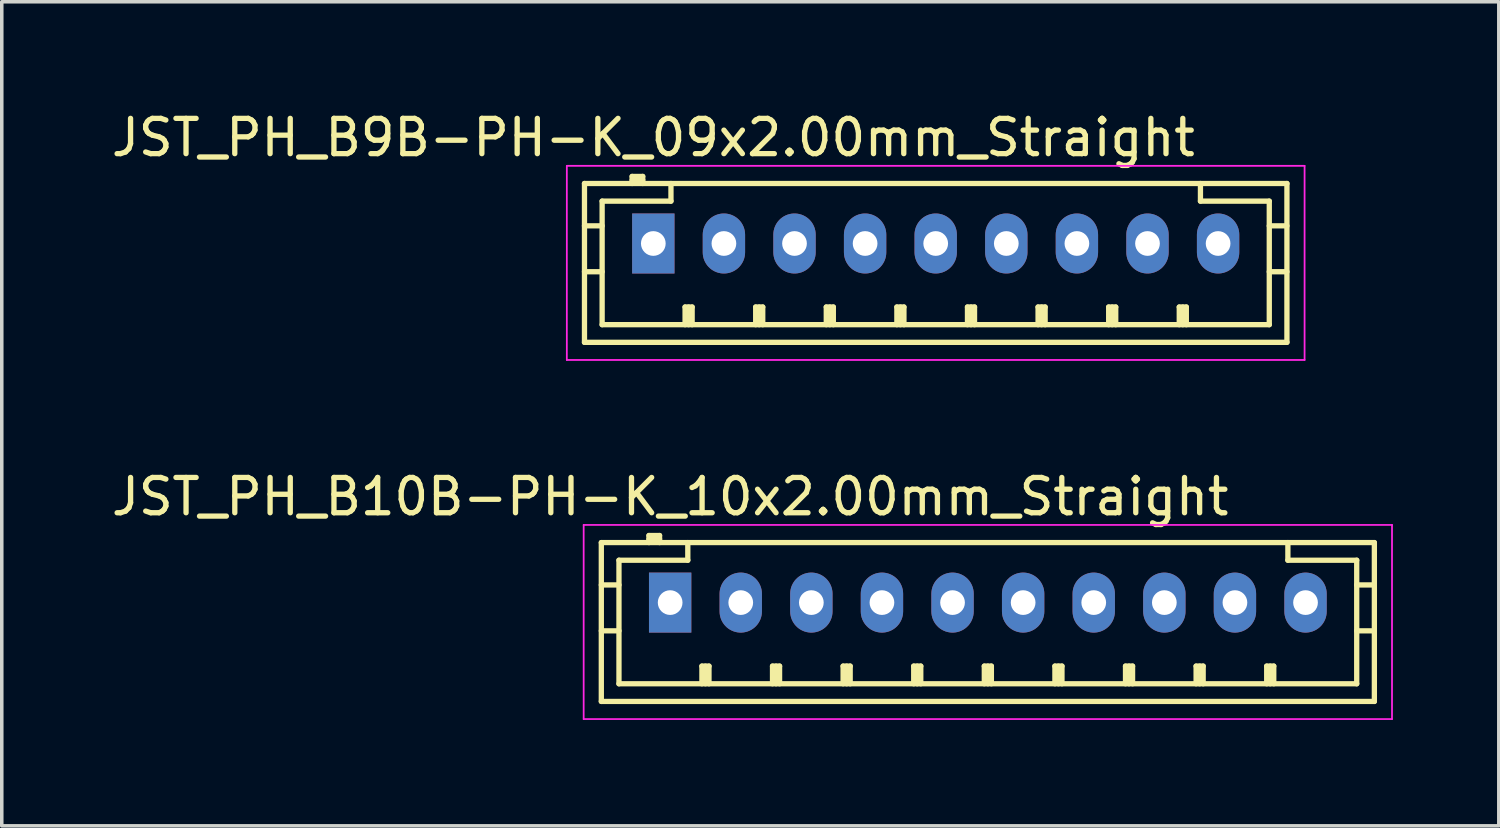
<source format=kicad_pcb>
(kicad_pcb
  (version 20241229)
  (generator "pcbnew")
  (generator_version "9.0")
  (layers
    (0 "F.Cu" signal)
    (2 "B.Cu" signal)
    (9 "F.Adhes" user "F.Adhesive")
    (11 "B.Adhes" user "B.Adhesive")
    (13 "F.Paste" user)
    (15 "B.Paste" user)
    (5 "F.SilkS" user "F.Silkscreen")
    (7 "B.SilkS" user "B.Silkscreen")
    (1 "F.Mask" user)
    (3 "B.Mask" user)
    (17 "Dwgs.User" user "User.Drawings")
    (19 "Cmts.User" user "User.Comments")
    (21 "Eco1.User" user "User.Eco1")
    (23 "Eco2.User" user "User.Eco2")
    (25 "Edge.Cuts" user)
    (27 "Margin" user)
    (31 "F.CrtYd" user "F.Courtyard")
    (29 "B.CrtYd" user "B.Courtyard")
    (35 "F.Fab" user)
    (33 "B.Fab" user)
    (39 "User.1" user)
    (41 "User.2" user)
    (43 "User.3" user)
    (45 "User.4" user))
  (footprint "JST_PH_B9B-PH-K_09x2.00mm_Straight"
    (layer "F.Cu")
    (at 15.458 3.848)
    (property "Reference" "JST_PH_B9B-PH-K_09x2.00mm_Straight" (at 0 -3 0) (layer "F.SilkS") (effects (font (size 1 1) (thickness 0.15))))
    (attr through_hole)
    (fp_line (start -1.95 -1.7) (end 17.95 -1.7) (stroke (width 0.15) (type solid)) (layer "F.SilkS"))
    (fp_line (start -1.95 -0.5) (end -1.45 -0.5) (stroke (width 0.15) (type solid)) (layer "F.SilkS"))
    (fp_line (start -1.95 0.8) (end -1.45 0.8) (stroke (width 0.15) (type solid)) (layer "F.SilkS"))
    (fp_line (start -1.95 2.8) (end -1.95 -1.7) (stroke (width 0.15) (type solid)) (layer "F.SilkS"))
    (fp_line (start -1.45 -1.2) (end -1.45 2.3) (stroke (width 0.15) (type solid)) (layer "F.SilkS"))
    (fp_line (start -1.45 2.3) (end 17.45 2.3) (stroke (width 0.15) (type solid)) (layer "F.SilkS"))
    (fp_line (start -0.6 -1.9) (end -0.6 -1.7) (stroke (width 0.15) (type solid)) (layer "F.SilkS"))
    (fp_line (start -0.3 -1.9) (end -0.6 -1.9) (stroke (width 0.15) (type solid)) (layer "F.SilkS"))
    (fp_line (start -0.3 -1.8) (end -0.6 -1.8) (stroke (width 0.15) (type solid)) (layer "F.SilkS"))
    (fp_line (start -0.3 -1.7) (end -0.3 -1.9) (stroke (width 0.15) (type solid)) (layer "F.SilkS"))
    (fp_line (start 0.5 -1.7) (end 0.5 -1.2) (stroke (width 0.15) (type solid)) (layer "F.SilkS"))
    (fp_line (start 0.5 -1.2) (end -1.45 -1.2) (stroke (width 0.15) (type solid)) (layer "F.SilkS"))
    (fp_line (start 0.9 1.8) (end 1.1 1.8) (stroke (width 0.15) (type solid)) (layer "F.SilkS"))
    (fp_line (start 0.9 2.3) (end 0.9 1.8) (stroke (width 0.15) (type solid)) (layer "F.SilkS"))
    (fp_line (start 1 2.3) (end 1 1.8) (stroke (width 0.15) (type solid)) (layer "F.SilkS"))
    (fp_line (start 1.1 1.8) (end 1.1 2.3) (stroke (width 0.15) (type solid)) (layer "F.SilkS"))
    (fp_line (start 2.9 1.8) (end 3.1 1.8) (stroke (width 0.15) (type solid)) (layer "F.SilkS"))
    (fp_line (start 2.9 2.3) (end 2.9 1.8) (stroke (width 0.15) (type solid)) (layer "F.SilkS"))
    (fp_line (start 3 2.3) (end 3 1.8) (stroke (width 0.15) (type solid)) (layer "F.SilkS"))
    (fp_line (start 3.1 1.8) (end 3.1 2.3) (stroke (width 0.15) (type solid)) (layer "F.SilkS"))
    (fp_line (start 4.9 1.8) (end 5.1 1.8) (stroke (width 0.15) (type solid)) (layer "F.SilkS"))
    (fp_line (start 4.9 2.3) (end 4.9 1.8) (stroke (width 0.15) (type solid)) (layer "F.SilkS"))
    (fp_line (start 5 2.3) (end 5 1.8) (stroke (width 0.15) (type solid)) (layer "F.SilkS"))
    (fp_line (start 5.1 1.8) (end 5.1 2.3) (stroke (width 0.15) (type solid)) (layer "F.SilkS"))
    (fp_line (start 6.9 1.8) (end 7.1 1.8) (stroke (width 0.15) (type solid)) (layer "F.SilkS"))
    (fp_line (start 6.9 2.3) (end 6.9 1.8) (stroke (width 0.15) (type solid)) (layer "F.SilkS"))
    (fp_line (start 7 2.3) (end 7 1.8) (stroke (width 0.15) (type solid)) (layer "F.SilkS"))
    (fp_line (start 7.1 1.8) (end 7.1 2.3) (stroke (width 0.15) (type solid)) (layer "F.SilkS"))
    (fp_line (start 8.9 1.8) (end 9.1 1.8) (stroke (width 0.15) (type solid)) (layer "F.SilkS"))
    (fp_line (start 8.9 2.3) (end 8.9 1.8) (stroke (width 0.15) (type solid)) (layer "F.SilkS"))
    (fp_line (start 9 2.3) (end 9 1.8) (stroke (width 0.15) (type solid)) (layer "F.SilkS"))
    (fp_line (start 9.1 1.8) (end 9.1 2.3) (stroke (width 0.15) (type solid)) (layer "F.SilkS"))
    (fp_line (start 10.9 1.8) (end 11.1 1.8) (stroke (width 0.15) (type solid)) (layer "F.SilkS"))
    (fp_line (start 10.9 2.3) (end 10.9 1.8) (stroke (width 0.15) (type solid)) (layer "F.SilkS"))
    (fp_line (start 11 2.3) (end 11 1.8) (stroke (width 0.15) (type solid)) (layer "F.SilkS"))
    (fp_line (start 11.1 1.8) (end 11.1 2.3) (stroke (width 0.15) (type solid)) (layer "F.SilkS"))
    (fp_line (start 12.9 1.8) (end 13.1 1.8) (stroke (width 0.15) (type solid)) (layer "F.SilkS"))
    (fp_line (start 12.9 2.3) (end 12.9 1.8) (stroke (width 0.15) (type solid)) (layer "F.SilkS"))
    (fp_line (start 13 2.3) (end 13 1.8) (stroke (width 0.15) (type solid)) (layer "F.SilkS"))
    (fp_line (start 13.1 1.8) (end 13.1 2.3) (stroke (width 0.15) (type solid)) (layer "F.SilkS"))
    (fp_line (start 14.9 1.8) (end 15.1 1.8) (stroke (width 0.15) (type solid)) (layer "F.SilkS"))
    (fp_line (start 14.9 2.3) (end 14.9 1.8) (stroke (width 0.15) (type solid)) (layer "F.SilkS"))
    (fp_line (start 15 2.3) (end 15 1.8) (stroke (width 0.15) (type solid)) (layer "F.SilkS"))
    (fp_line (start 15.1 1.8) (end 15.1 2.3) (stroke (width 0.15) (type solid)) (layer "F.SilkS"))
    (fp_line (start 15.5 -1.2) (end 15.5 -1.7) (stroke (width 0.15) (type solid)) (layer "F.SilkS"))
    (fp_line (start 17.45 -1.2) (end 15.5 -1.2) (stroke (width 0.15) (type solid)) (layer "F.SilkS"))
    (fp_line (start 17.45 -0.5) (end 17.95 -0.5) (stroke (width 0.15) (type solid)) (layer "F.SilkS"))
    (fp_line (start 17.45 0.8) (end 17.95 0.8) (stroke (width 0.15) (type solid)) (layer "F.SilkS"))
    (fp_line (start 17.45 2.3) (end 17.45 -1.2) (stroke (width 0.15) (type solid)) (layer "F.SilkS"))
    (fp_line (start 17.95 -1.7) (end 17.95 2.8) (stroke (width 0.15) (type solid)) (layer "F.SilkS"))
    (fp_line (start 17.95 2.8) (end -1.95 2.8) (stroke (width 0.15) (type solid)) (layer "F.SilkS"))
    (fp_line (start -2.45 -2.2) (end 18.45 -2.2) (stroke (width 0.05) (type solid)) (layer "F.CrtYd"))
    (fp_line (start -2.45 3.3) (end -2.45 -2.2) (stroke (width 0.05) (type solid)) (layer "F.CrtYd"))
    (fp_line (start 18.45 -2.2) (end 18.45 3.3) (stroke (width 0.05) (type solid)) (layer "F.CrtYd"))
    (fp_line (start 18.45 3.3) (end -2.45 3.3) (stroke (width 0.05) (type solid)) (layer "F.CrtYd"))
    (pad "1" thru_hole rect (at 0 0) (size 1.2 1.7) (drill 0.7) (layers "*.Cu" "*.Mask"))
    (pad "2" thru_hole oval (at 2 0) (size 1.2 1.7) (drill 0.7) (layers "*.Cu" "*.Mask"))
    (pad "3" thru_hole oval (at 4 0) (size 1.2 1.7) (drill 0.7) (layers "*.Cu" "*.Mask"))
    (pad "4" thru_hole oval (at 6 0) (size 1.2 1.7) (drill 0.7) (layers "*.Cu" "*.Mask"))
    (pad "5" thru_hole oval (at 8 0) (size 1.2 1.7) (drill 0.7) (layers "*.Cu" "*.Mask"))
    (pad "6" thru_hole oval (at 10 0) (size 1.2 1.7) (drill 0.7) (layers "*.Cu" "*.Mask"))
    (pad "7" thru_hole oval (at 12 0) (size 1.2 1.7) (drill 0.7) (layers "*.Cu" "*.Mask"))
    (pad "8" thru_hole oval (at 14 0) (size 1.2 1.7) (drill 0.7) (layers "*.Cu" "*.Mask"))
    (pad "9" thru_hole oval (at 16 0) (size 1.2 1.7) (drill 0.7) (layers "*.Cu" "*.Mask")))
  (footprint "JST_PH_B10B-PH-K_10x2.00mm_Straight"
    (layer "F.Cu")
    (at 15.935 14.021)
    (property "Reference" "JST_PH_B10B-PH-K_10x2.00mm_Straight" (at 0 -3 0) (layer "F.SilkS") (effects (font (size 1 1) (thickness 0.15))))
    (attr through_hole)
    (fp_line (start -1.95 -1.7) (end 19.95 -1.7) (stroke (width 0.15) (type solid)) (layer "F.SilkS"))
    (fp_line (start -1.95 -0.5) (end -1.45 -0.5) (stroke (width 0.15) (type solid)) (layer "F.SilkS"))
    (fp_line (start -1.95 0.8) (end -1.45 0.8) (stroke (width 0.15) (type solid)) (layer "F.SilkS"))
    (fp_line (start -1.95 2.8) (end -1.95 -1.7) (stroke (width 0.15) (type solid)) (layer "F.SilkS"))
    (fp_line (start -1.45 -1.2) (end -1.45 2.3) (stroke (width 0.15) (type solid)) (layer "F.SilkS"))
    (fp_line (start -1.45 2.3) (end 19.45 2.3) (stroke (width 0.15) (type solid)) (layer "F.SilkS"))
    (fp_line (start -0.6 -1.9) (end -0.6 -1.7) (stroke (width 0.15) (type solid)) (layer "F.SilkS"))
    (fp_line (start -0.3 -1.9) (end -0.6 -1.9) (stroke (width 0.15) (type solid)) (layer "F.SilkS"))
    (fp_line (start -0.3 -1.8) (end -0.6 -1.8) (stroke (width 0.15) (type solid)) (layer "F.SilkS"))
    (fp_line (start -0.3 -1.7) (end -0.3 -1.9) (stroke (width 0.15) (type solid)) (layer "F.SilkS"))
    (fp_line (start 0.5 -1.7) (end 0.5 -1.2) (stroke (width 0.15) (type solid)) (layer "F.SilkS"))
    (fp_line (start 0.5 -1.2) (end -1.45 -1.2) (stroke (width 0.15) (type solid)) (layer "F.SilkS"))
    (fp_line (start 0.9 1.8) (end 1.1 1.8) (stroke (width 0.15) (type solid)) (layer "F.SilkS"))
    (fp_line (start 0.9 2.3) (end 0.9 1.8) (stroke (width 0.15) (type solid)) (layer "F.SilkS"))
    (fp_line (start 1 2.3) (end 1 1.8) (stroke (width 0.15) (type solid)) (layer "F.SilkS"))
    (fp_line (start 1.1 1.8) (end 1.1 2.3) (stroke (width 0.15) (type solid)) (layer "F.SilkS"))
    (fp_line (start 2.9 1.8) (end 3.1 1.8) (stroke (width 0.15) (type solid)) (layer "F.SilkS"))
    (fp_line (start 2.9 2.3) (end 2.9 1.8) (stroke (width 0.15) (type solid)) (layer "F.SilkS"))
    (fp_line (start 3 2.3) (end 3 1.8) (stroke (width 0.15) (type solid)) (layer "F.SilkS"))
    (fp_line (start 3.1 1.8) (end 3.1 2.3) (stroke (width 0.15) (type solid)) (layer "F.SilkS"))
    (fp_line (start 4.9 1.8) (end 5.1 1.8) (stroke (width 0.15) (type solid)) (layer "F.SilkS"))
    (fp_line (start 4.9 2.3) (end 4.9 1.8) (stroke (width 0.15) (type solid)) (layer "F.SilkS"))
    (fp_line (start 5 2.3) (end 5 1.8) (stroke (width 0.15) (type solid)) (layer "F.SilkS"))
    (fp_line (start 5.1 1.8) (end 5.1 2.3) (stroke (width 0.15) (type solid)) (layer "F.SilkS"))
    (fp_line (start 6.9 1.8) (end 7.1 1.8) (stroke (width 0.15) (type solid)) (layer "F.SilkS"))
    (fp_line (start 6.9 2.3) (end 6.9 1.8) (stroke (width 0.15) (type solid)) (layer "F.SilkS"))
    (fp_line (start 7 2.3) (end 7 1.8) (stroke (width 0.15) (type solid)) (layer "F.SilkS"))
    (fp_line (start 7.1 1.8) (end 7.1 2.3) (stroke (width 0.15) (type solid)) (layer "F.SilkS"))
    (fp_line (start 8.9 1.8) (end 9.1 1.8) (stroke (width 0.15) (type solid)) (layer "F.SilkS"))
    (fp_line (start 8.9 2.3) (end 8.9 1.8) (stroke (width 0.15) (type solid)) (layer "F.SilkS"))
    (fp_line (start 9 2.3) (end 9 1.8) (stroke (width 0.15) (type solid)) (layer "F.SilkS"))
    (fp_line (start 9.1 1.8) (end 9.1 2.3) (stroke (width 0.15) (type solid)) (layer "F.SilkS"))
    (fp_line (start 10.9 1.8) (end 11.1 1.8) (stroke (width 0.15) (type solid)) (layer "F.SilkS"))
    (fp_line (start 10.9 2.3) (end 10.9 1.8) (stroke (width 0.15) (type solid)) (layer "F.SilkS"))
    (fp_line (start 11 2.3) (end 11 1.8) (stroke (width 0.15) (type solid)) (layer "F.SilkS"))
    (fp_line (start 11.1 1.8) (end 11.1 2.3) (stroke (width 0.15) (type solid)) (layer "F.SilkS"))
    (fp_line (start 12.9 1.8) (end 13.1 1.8) (stroke (width 0.15) (type solid)) (layer "F.SilkS"))
    (fp_line (start 12.9 2.3) (end 12.9 1.8) (stroke (width 0.15) (type solid)) (layer "F.SilkS"))
    (fp_line (start 13 2.3) (end 13 1.8) (stroke (width 0.15) (type solid)) (layer "F.SilkS"))
    (fp_line (start 13.1 1.8) (end 13.1 2.3) (stroke (width 0.15) (type solid)) (layer "F.SilkS"))
    (fp_line (start 14.9 1.8) (end 15.1 1.8) (stroke (width 0.15) (type solid)) (layer "F.SilkS"))
    (fp_line (start 14.9 2.3) (end 14.9 1.8) (stroke (width 0.15) (type solid)) (layer "F.SilkS"))
    (fp_line (start 15 2.3) (end 15 1.8) (stroke (width 0.15) (type solid)) (layer "F.SilkS"))
    (fp_line (start 15.1 1.8) (end 15.1 2.3) (stroke (width 0.15) (type solid)) (layer "F.SilkS"))
    (fp_line (start 16.9 1.8) (end 17.1 1.8) (stroke (width 0.15) (type solid)) (layer "F.SilkS"))
    (fp_line (start 16.9 2.3) (end 16.9 1.8) (stroke (width 0.15) (type solid)) (layer "F.SilkS"))
    (fp_line (start 17 2.3) (end 17 1.8) (stroke (width 0.15) (type solid)) (layer "F.SilkS"))
    (fp_line (start 17.1 1.8) (end 17.1 2.3) (stroke (width 0.15) (type solid)) (layer "F.SilkS"))
    (fp_line (start 17.5 -1.2) (end 17.5 -1.7) (stroke (width 0.15) (type solid)) (layer "F.SilkS"))
    (fp_line (start 19.45 -1.2) (end 17.5 -1.2) (stroke (width 0.15) (type solid)) (layer "F.SilkS"))
    (fp_line (start 19.45 -0.5) (end 19.95 -0.5) (stroke (width 0.15) (type solid)) (layer "F.SilkS"))
    (fp_line (start 19.45 0.8) (end 19.95 0.8) (stroke (width 0.15) (type solid)) (layer "F.SilkS"))
    (fp_line (start 19.45 2.3) (end 19.45 -1.2) (stroke (width 0.15) (type solid)) (layer "F.SilkS"))
    (fp_line (start 19.95 -1.7) (end 19.95 2.8) (stroke (width 0.15) (type solid)) (layer "F.SilkS"))
    (fp_line (start 19.95 2.8) (end -1.95 2.8) (stroke (width 0.15) (type solid)) (layer "F.SilkS"))
    (fp_line (start -2.45 -2.2) (end 20.45 -2.2) (stroke (width 0.05) (type solid)) (layer "F.CrtYd"))
    (fp_line (start -2.45 3.3) (end -2.45 -2.2) (stroke (width 0.05) (type solid)) (layer "F.CrtYd"))
    (fp_line (start 20.45 -2.2) (end 20.45 3.3) (stroke (width 0.05) (type solid)) (layer "F.CrtYd"))
    (fp_line (start 20.45 3.3) (end -2.45 3.3) (stroke (width 0.05) (type solid)) (layer "F.CrtYd"))
    (pad "1" thru_hole rect (at 0 0) (size 1.2 1.7) (drill 0.7) (layers "*.Cu" "*.Mask"))
    (pad "2" thru_hole oval (at 2 0) (size 1.2 1.7) (drill 0.7) (layers "*.Cu" "*.Mask"))
    (pad "3" thru_hole oval (at 4 0) (size 1.2 1.7) (drill 0.7) (layers "*.Cu" "*.Mask"))
    (pad "4" thru_hole oval (at 6 0) (size 1.2 1.7) (drill 0.7) (layers "*.Cu" "*.Mask"))
    (pad "5" thru_hole oval (at 8 0) (size 1.2 1.7) (drill 0.7) (layers "*.Cu" "*.Mask"))
    (pad "6" thru_hole oval (at 10 0) (size 1.2 1.7) (drill 0.7) (layers "*.Cu" "*.Mask"))
    (pad "7" thru_hole oval (at 12 0) (size 1.2 1.7) (drill 0.7) (layers "*.Cu" "*.Mask"))
    (pad "8" thru_hole oval (at 14 0) (size 1.2 1.7) (drill 0.7) (layers "*.Cu" "*.Mask"))
    (pad "9" thru_hole oval (at 16 0) (size 1.2 1.7) (drill 0.7) (layers "*.Cu" "*.Mask"))
    (pad "10" thru_hole oval (at 18 0) (size 1.2 1.7) (drill 0.7) (layers "*.Cu" "*.Mask")))
  (gr_rect
    (start -3 -3)
    (end 39.41 20.346)
    (stroke (width 0.1) (type default))
    (fill no)
    (layer "Edge.Cuts")))
</source>
